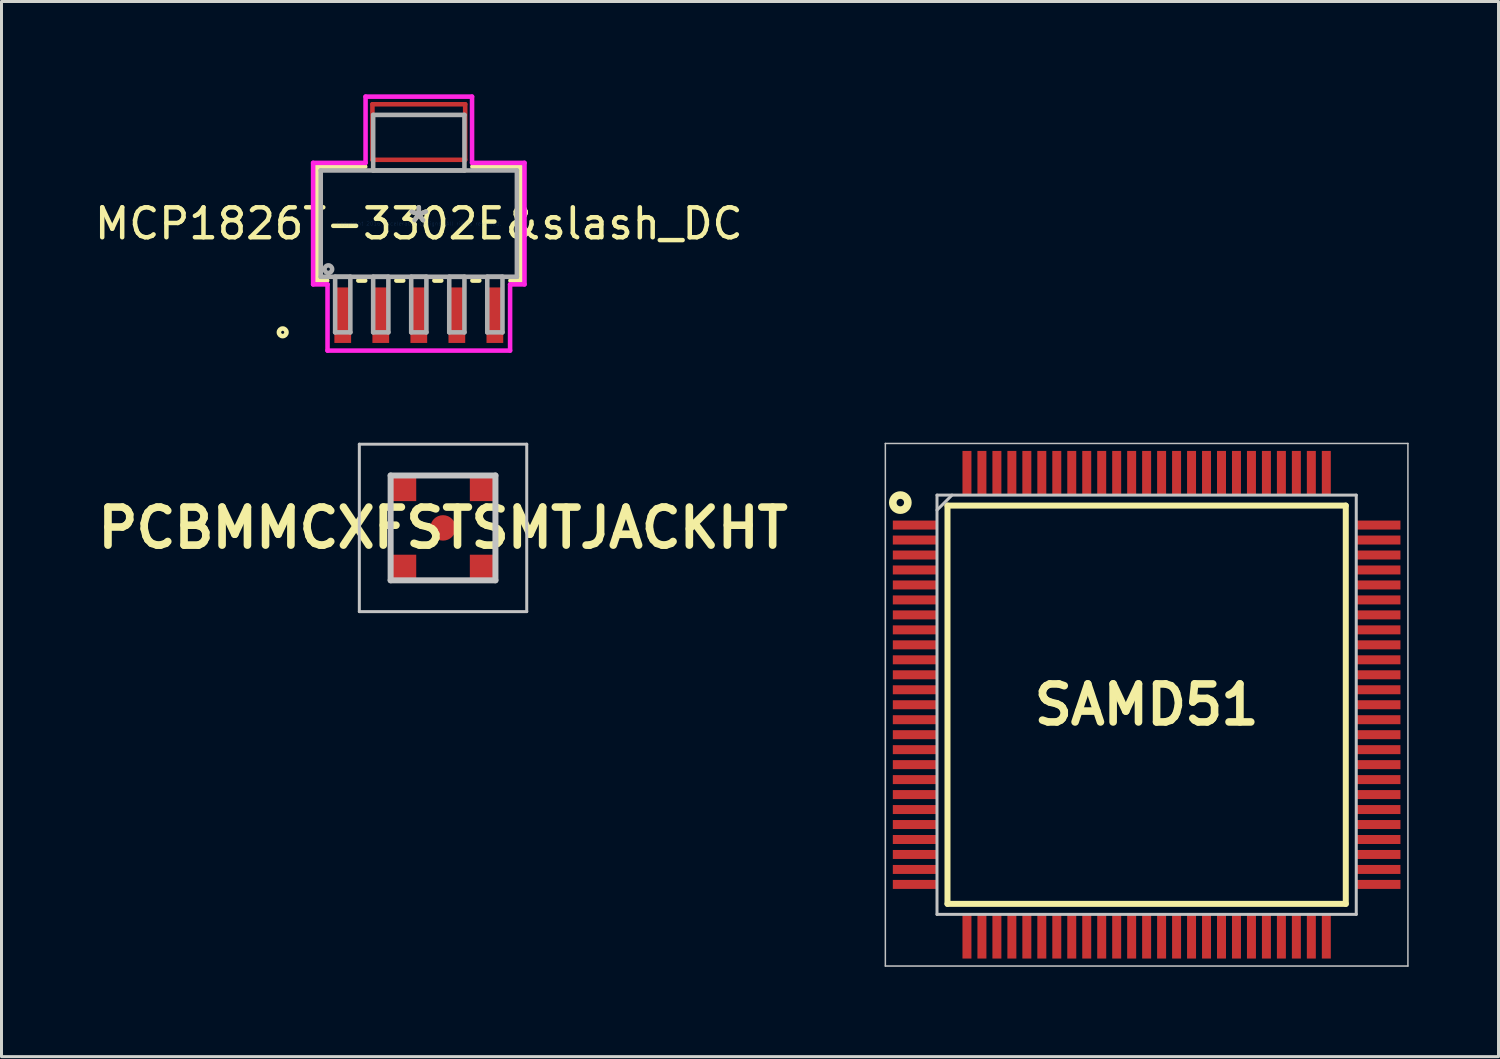
<source format=kicad_pcb>
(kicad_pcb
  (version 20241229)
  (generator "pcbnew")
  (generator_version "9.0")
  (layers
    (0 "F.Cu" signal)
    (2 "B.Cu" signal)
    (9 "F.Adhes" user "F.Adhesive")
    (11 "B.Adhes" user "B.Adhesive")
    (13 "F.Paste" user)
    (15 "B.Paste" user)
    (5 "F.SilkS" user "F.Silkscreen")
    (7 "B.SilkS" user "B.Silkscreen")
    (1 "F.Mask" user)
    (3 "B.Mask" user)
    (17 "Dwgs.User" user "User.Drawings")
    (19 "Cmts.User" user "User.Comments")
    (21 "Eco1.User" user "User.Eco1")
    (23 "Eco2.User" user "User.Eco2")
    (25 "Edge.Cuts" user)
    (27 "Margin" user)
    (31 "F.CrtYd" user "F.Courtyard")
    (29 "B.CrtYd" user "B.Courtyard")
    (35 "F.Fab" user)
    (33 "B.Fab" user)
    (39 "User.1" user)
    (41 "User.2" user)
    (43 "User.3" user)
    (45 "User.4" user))
  (footprint "SAMD51"
    (layer "F.Cu")
    (at 35.239 20.483)
    (property "Reference" "SAMD51" (at 0 0 0) (layer "F.SilkS") (effects (font (size 1.27 1.27) (thickness 0.254))))
    (attr smd)
    (fp_line (start -6.65 -6.65) (end 6.65 -6.65) (stroke (width 0.2) (type solid)) (layer "F.SilkS"))
    (fp_line (start -6.65 6.65) (end -6.65 -6.65) (stroke (width 0.2) (type solid)) (layer "F.SilkS"))
    (fp_line (start 6.65 -6.65) (end 6.65 6.65) (stroke (width 0.2) (type solid)) (layer "F.SilkS"))
    (fp_line (start 6.65 6.65) (end -6.65 6.65) (stroke (width 0.2) (type solid)) (layer "F.SilkS"))
    (fp_circle (center -8.225 -6.75) (end -8.35 -6.75) (stroke (width 0.254) (type solid)) (fill no) (layer "F.SilkS"))
    (fp_line (start -8.725 -8.725) (end 8.725 -8.725) (stroke (width 0.05) (type solid)) (layer "Dwgs.User"))
    (fp_line (start -8.725 8.725) (end -8.725 -8.725) (stroke (width 0.05) (type solid)) (layer "Dwgs.User"))
    (fp_line (start -7 -7) (end 7 -7) (stroke (width 0.1) (type solid)) (layer "Dwgs.User"))
    (fp_line (start -7 -6.5) (end -6.5 -7) (stroke (width 0.1) (type solid)) (layer "Dwgs.User"))
    (fp_line (start -7 7) (end -7 -7) (stroke (width 0.1) (type solid)) (layer "Dwgs.User"))
    (fp_line (start 7 -7) (end 7 7) (stroke (width 0.1) (type solid)) (layer "Dwgs.User"))
    (fp_line (start 7 7) (end -7 7) (stroke (width 0.1) (type solid)) (layer "Dwgs.User"))
    (fp_line (start 8.725 -8.725) (end 8.725 8.725) (stroke (width 0.05) (type solid)) (layer "Dwgs.User"))
    (fp_line (start 8.725 8.725) (end -8.725 8.725) (stroke (width 0.05) (type solid)) (layer "Dwgs.User"))
    (pad "1" smd rect (at -7.738 -6 90) (size 0.3 1.475) (layers "F.Cu" "F.Mask" "F.Paste"))
    (pad "2" smd rect (at -7.738 -5.5 90) (size 0.3 1.475) (layers "F.Cu" "F.Mask" "F.Paste"))
    (pad "3" smd rect (at -7.738 -5 90) (size 0.3 1.475) (layers "F.Cu" "F.Mask" "F.Paste"))
    (pad "4" smd rect (at -7.738 -4.5 90) (size 0.3 1.475) (layers "F.Cu" "F.Mask" "F.Paste"))
    (pad "5" smd rect (at -7.738 -4 90) (size 0.3 1.475) (layers "F.Cu" "F.Mask" "F.Paste"))
    (pad "6" smd rect (at -7.738 -3.5 90) (size 0.3 1.475) (layers "F.Cu" "F.Mask" "F.Paste"))
    (pad "7" smd rect (at -7.738 -3 90) (size 0.3 1.475) (layers "F.Cu" "F.Mask" "F.Paste"))
    (pad "8" smd rect (at -7.738 -2.5 90) (size 0.3 1.475) (layers "F.Cu" "F.Mask" "F.Paste"))
    (pad "9" smd rect (at -7.738 -2 90) (size 0.3 1.475) (layers "F.Cu" "F.Mask" "F.Paste"))
    (pad "10" smd rect (at -7.738 -1.5 90) (size 0.3 1.475) (layers "F.Cu" "F.Mask" "F.Paste"))
    (pad "11" smd rect (at -7.738 -1 90) (size 0.3 1.475) (layers "F.Cu" "F.Mask" "F.Paste"))
    (pad "12" smd rect (at -7.738 -0.5 90) (size 0.3 1.475) (layers "F.Cu" "F.Mask" "F.Paste"))
    (pad "13" smd rect (at -7.738 0 90) (size 0.3 1.475) (layers "F.Cu" "F.Mask" "F.Paste"))
    (pad "14" smd rect (at -7.738 0.5 90) (size 0.3 1.475) (layers "F.Cu" "F.Mask" "F.Paste"))
    (pad "15" smd rect (at -7.738 1 90) (size 0.3 1.475) (layers "F.Cu" "F.Mask" "F.Paste"))
    (pad "16" smd rect (at -7.738 1.5 90) (size 0.3 1.475) (layers "F.Cu" "F.Mask" "F.Paste"))
    (pad "17" smd rect (at -7.738 2 90) (size 0.3 1.475) (layers "F.Cu" "F.Mask" "F.Paste"))
    (pad "18" smd rect (at -7.738 2.5 90) (size 0.3 1.475) (layers "F.Cu" "F.Mask" "F.Paste"))
    (pad "19" smd rect (at -7.738 3 90) (size 0.3 1.475) (layers "F.Cu" "F.Mask" "F.Paste"))
    (pad "20" smd rect (at -7.738 3.5 90) (size 0.3 1.475) (layers "F.Cu" "F.Mask" "F.Paste"))
    (pad "21" smd rect (at -7.738 4 90) (size 0.3 1.475) (layers "F.Cu" "F.Mask" "F.Paste"))
    (pad "22" smd rect (at -7.738 4.5 90) (size 0.3 1.475) (layers "F.Cu" "F.Mask" "F.Paste"))
    (pad "23" smd rect (at -7.738 5 90) (size 0.3 1.475) (layers "F.Cu" "F.Mask" "F.Paste"))
    (pad "24" smd rect (at -7.738 5.5 90) (size 0.3 1.475) (layers "F.Cu" "F.Mask" "F.Paste"))
    (pad "25" smd rect (at -7.738 6 90) (size 0.3 1.475) (layers "F.Cu" "F.Mask" "F.Paste"))
    (pad "26" smd rect (at -6 7.738) (size 0.3 1.475) (layers "F.Cu" "F.Mask" "F.Paste"))
    (pad "27" smd rect (at -5.5 7.738) (size 0.3 1.475) (layers "F.Cu" "F.Mask" "F.Paste"))
    (pad "28" smd rect (at -5 7.738) (size 0.3 1.475) (layers "F.Cu" "F.Mask" "F.Paste"))
    (pad "29" smd rect (at -4.5 7.738) (size 0.3 1.475) (layers "F.Cu" "F.Mask" "F.Paste"))
    (pad "30" smd rect (at -4 7.738) (size 0.3 1.475) (layers "F.Cu" "F.Mask" "F.Paste"))
    (pad "31" smd rect (at -3.5 7.738) (size 0.3 1.475) (layers "F.Cu" "F.Mask" "F.Paste"))
    (pad "32" smd rect (at -3 7.738) (size 0.3 1.475) (layers "F.Cu" "F.Mask" "F.Paste"))
    (pad "33" smd rect (at -2.5 7.738) (size 0.3 1.475) (layers "F.Cu" "F.Mask" "F.Paste"))
    (pad "34" smd rect (at -2 7.738) (size 0.3 1.475) (layers "F.Cu" "F.Mask" "F.Paste"))
    (pad "35" smd rect (at -1.5 7.738) (size 0.3 1.475) (layers "F.Cu" "F.Mask" "F.Paste"))
    (pad "36" smd rect (at -1 7.738) (size 0.3 1.475) (layers "F.Cu" "F.Mask" "F.Paste"))
    (pad "37" smd rect (at -0.5 7.738) (size 0.3 1.475) (layers "F.Cu" "F.Mask" "F.Paste"))
    (pad "38" smd rect (at 0 7.738) (size 0.3 1.475) (layers "F.Cu" "F.Mask" "F.Paste"))
    (pad "39" smd rect (at 0.5 7.738) (size 0.3 1.475) (layers "F.Cu" "F.Mask" "F.Paste"))
    (pad "40" smd rect (at 1 7.738) (size 0.3 1.475) (layers "F.Cu" "F.Mask" "F.Paste"))
    (pad "41" smd rect (at 1.5 7.738) (size 0.3 1.475) (layers "F.Cu" "F.Mask" "F.Paste"))
    (pad "42" smd rect (at 2 7.738) (size 0.3 1.475) (layers "F.Cu" "F.Mask" "F.Paste"))
    (pad "43" smd rect (at 2.5 7.738) (size 0.3 1.475) (layers "F.Cu" "F.Mask" "F.Paste"))
    (pad "44" smd rect (at 3 7.738) (size 0.3 1.475) (layers "F.Cu" "F.Mask" "F.Paste"))
    (pad "45" smd rect (at 3.5 7.738) (size 0.3 1.475) (layers "F.Cu" "F.Mask" "F.Paste"))
    (pad "46" smd rect (at 4 7.738) (size 0.3 1.475) (layers "F.Cu" "F.Mask" "F.Paste"))
    (pad "47" smd rect (at 4.5 7.738) (size 0.3 1.475) (layers "F.Cu" "F.Mask" "F.Paste"))
    (pad "48" smd rect (at 5 7.738) (size 0.3 1.475) (layers "F.Cu" "F.Mask" "F.Paste"))
    (pad "49" smd rect (at 5.5 7.738) (size 0.3 1.475) (layers "F.Cu" "F.Mask" "F.Paste"))
    (pad "50" smd rect (at 6 7.738) (size 0.3 1.475) (layers "F.Cu" "F.Mask" "F.Paste"))
    (pad "51" smd rect (at 7.738 6 90) (size 0.3 1.475) (layers "F.Cu" "F.Mask" "F.Paste"))
    (pad "52" smd rect (at 7.738 5.5 90) (size 0.3 1.475) (layers "F.Cu" "F.Mask" "F.Paste"))
    (pad "53" smd rect (at 7.738 5 90) (size 0.3 1.475) (layers "F.Cu" "F.Mask" "F.Paste"))
    (pad "54" smd rect (at 7.738 4.5 90) (size 0.3 1.475) (layers "F.Cu" "F.Mask" "F.Paste"))
    (pad "55" smd rect (at 7.738 4 90) (size 0.3 1.475) (layers "F.Cu" "F.Mask" "F.Paste"))
    (pad "56" smd rect (at 7.738 3.5 90) (size 0.3 1.475) (layers "F.Cu" "F.Mask" "F.Paste"))
    (pad "57" smd rect (at 7.738 3 90) (size 0.3 1.475) (layers "F.Cu" "F.Mask" "F.Paste"))
    (pad "58" smd rect (at 7.738 2.5 90) (size 0.3 1.475) (layers "F.Cu" "F.Mask" "F.Paste"))
    (pad "59" smd rect (at 7.738 2 90) (size 0.3 1.475) (layers "F.Cu" "F.Mask" "F.Paste"))
    (pad "60" smd rect (at 7.738 1.5 90) (size 0.3 1.475) (layers "F.Cu" "F.Mask" "F.Paste"))
    (pad "61" smd rect (at 7.738 1 90) (size 0.3 1.475) (layers "F.Cu" "F.Mask" "F.Paste"))
    (pad "62" smd rect (at 7.738 0.5 90) (size 0.3 1.475) (layers "F.Cu" "F.Mask" "F.Paste"))
    (pad "63" smd rect (at 7.738 0 90) (size 0.3 1.475) (layers "F.Cu" "F.Mask" "F.Paste"))
    (pad "64" smd rect (at 7.738 -0.5 90) (size 0.3 1.475) (layers "F.Cu" "F.Mask" "F.Paste"))
    (pad "65" smd rect (at 7.738 -1 90) (size 0.3 1.475) (layers "F.Cu" "F.Mask" "F.Paste"))
    (pad "66" smd rect (at 7.738 -1.5 90) (size 0.3 1.475) (layers "F.Cu" "F.Mask" "F.Paste"))
    (pad "67" smd rect (at 7.738 -2 90) (size 0.3 1.475) (layers "F.Cu" "F.Mask" "F.Paste"))
    (pad "68" smd rect (at 7.738 -2.5 90) (size 0.3 1.475) (layers "F.Cu" "F.Mask" "F.Paste"))
    (pad "69" smd rect (at 7.738 -3 90) (size 0.3 1.475) (layers "F.Cu" "F.Mask" "F.Paste"))
    (pad "70" smd rect (at 7.738 -3.5 90) (size 0.3 1.475) (layers "F.Cu" "F.Mask" "F.Paste"))
    (pad "71" smd rect (at 7.738 -4 90) (size 0.3 1.475) (layers "F.Cu" "F.Mask" "F.Paste"))
    (pad "72" smd rect (at 7.738 -4.5 90) (size 0.3 1.475) (layers "F.Cu" "F.Mask" "F.Paste"))
    (pad "73" smd rect (at 7.738 -5 90) (size 0.3 1.475) (layers "F.Cu" "F.Mask" "F.Paste"))
    (pad "74" smd rect (at 7.738 -5.5 90) (size 0.3 1.475) (layers "F.Cu" "F.Mask" "F.Paste"))
    (pad "75" smd rect (at 7.738 -6 90) (size 0.3 1.475) (layers "F.Cu" "F.Mask" "F.Paste"))
    (pad "76" smd rect (at 6 -7.738) (size 0.3 1.475) (layers "F.Cu" "F.Mask" "F.Paste"))
    (pad "77" smd rect (at 5.5 -7.738) (size 0.3 1.475) (layers "F.Cu" "F.Mask" "F.Paste"))
    (pad "78" smd rect (at 5 -7.738) (size 0.3 1.475) (layers "F.Cu" "F.Mask" "F.Paste"))
    (pad "79" smd rect (at 4.5 -7.738) (size 0.3 1.475) (layers "F.Cu" "F.Mask" "F.Paste"))
    (pad "80" smd rect (at 4 -7.738) (size 0.3 1.475) (layers "F.Cu" "F.Mask" "F.Paste"))
    (pad "81" smd rect (at 3.5 -7.738) (size 0.3 1.475) (layers "F.Cu" "F.Mask" "F.Paste"))
    (pad "82" smd rect (at 3 -7.738) (size 0.3 1.475) (layers "F.Cu" "F.Mask" "F.Paste"))
    (pad "83" smd rect (at 2.5 -7.738) (size 0.3 1.475) (layers "F.Cu" "F.Mask" "F.Paste"))
    (pad "84" smd rect (at 2 -7.738) (size 0.3 1.475) (layers "F.Cu" "F.Mask" "F.Paste"))
    (pad "85" smd rect (at 1.5 -7.738) (size 0.3 1.475) (layers "F.Cu" "F.Mask" "F.Paste"))
    (pad "86" smd rect (at 1 -7.738) (size 0.3 1.475) (layers "F.Cu" "F.Mask" "F.Paste"))
    (pad "87" smd rect (at 0.5 -7.738) (size 0.3 1.475) (layers "F.Cu" "F.Mask" "F.Paste"))
    (pad "88" smd rect (at 0 -7.738) (size 0.3 1.475) (layers "F.Cu" "F.Mask" "F.Paste"))
    (pad "89" smd rect (at -0.5 -7.738) (size 0.3 1.475) (layers "F.Cu" "F.Mask" "F.Paste"))
    (pad "90" smd rect (at -1 -7.738) (size 0.3 1.475) (layers "F.Cu" "F.Mask" "F.Paste"))
    (pad "91" smd rect (at -1.5 -7.738) (size 0.3 1.475) (layers "F.Cu" "F.Mask" "F.Paste"))
    (pad "92" smd rect (at -2 -7.738) (size 0.3 1.475) (layers "F.Cu" "F.Mask" "F.Paste"))
    (pad "93" smd rect (at -2.5 -7.738) (size 0.3 1.475) (layers "F.Cu" "F.Mask" "F.Paste"))
    (pad "94" smd rect (at -3 -7.738) (size 0.3 1.475) (layers "F.Cu" "F.Mask" "F.Paste"))
    (pad "95" smd rect (at -3.5 -7.738) (size 0.3 1.475) (layers "F.Cu" "F.Mask" "F.Paste"))
    (pad "96" smd rect (at -4 -7.738) (size 0.3 1.475) (layers "F.Cu" "F.Mask" "F.Paste"))
    (pad "97" smd rect (at -4.5 -7.738) (size 0.3 1.475) (layers "F.Cu" "F.Mask" "F.Paste"))
    (pad "98" smd rect (at -5 -7.738) (size 0.3 1.475) (layers "F.Cu" "F.Mask" "F.Paste"))
    (pad "99" smd rect (at -5.5 -7.738) (size 0.3 1.475) (layers "F.Cu" "F.Mask" "F.Paste"))
    (pad "100" smd rect (at -6 -7.738) (size 0.3 1.475) (layers "F.Cu" "F.Mask" "F.Paste")))
  (footprint "MCP1826T-3302E&slash_DC"
    (layer "F.Cu")
    (at 10.935 4.417)
    (property "Reference" "MCP1826T-3302E&slash_DC" (at 0 0 0) (layer "F.SilkS") (effects (font (size 1 1) (thickness 0.15))))
    (attr through_hole)
    (fp_line (start -1.549 -3.986) (end -1.549 -2.131) (stroke (width 0.152) (type solid)) (layer "F.Cu"))
    (fp_line (start -1.549 -2.131) (end 1.549 -2.131) (stroke (width 0.152) (type solid)) (layer "F.Cu"))
    (fp_line (start 1.549 -3.986) (end -1.549 -3.986) (stroke (width 0.152) (type solid)) (layer "F.Cu"))
    (fp_line (start 1.549 -2.131) (end 1.549 -3.986) (stroke (width 0.152) (type solid)) (layer "F.Cu"))
    (fp_line (start -1.575 -4.341) (end -1.575 -1.776) (stroke (width 0.152) (type solid)) (layer "F.Mask"))
    (fp_line (start -1.575 -1.776) (end 1.575 -1.776) (stroke (width 0.152) (type solid)) (layer "F.Mask"))
    (fp_line (start 1.575 -4.341) (end -1.575 -4.341) (stroke (width 0.152) (type solid)) (layer "F.Mask"))
    (fp_line (start 1.575 -1.776) (end 1.575 -4.341) (stroke (width 0.152) (type solid)) (layer "F.Mask"))
    (fp_line (start -3.402 -1.902) (end -3.402 1.902) (stroke (width 0.152) (type solid)) (layer "F.SilkS"))
    (fp_line (start -3.402 1.902) (end -3.06 1.902) (stroke (width 0.152) (type solid)) (layer "F.SilkS"))
    (fp_line (start -2.02 1.902) (end -1.79 1.902) (stroke (width 0.152) (type solid)) (layer "F.SilkS"))
    (fp_line (start -1.79 -1.902) (end -3.402 -1.902) (stroke (width 0.152) (type solid)) (layer "F.SilkS"))
    (fp_line (start -0.75 1.902) (end -0.52 1.902) (stroke (width 0.152) (type solid)) (layer "F.SilkS"))
    (fp_line (start 0.52 1.902) (end 0.75 1.902) (stroke (width 0.152) (type solid)) (layer "F.SilkS"))
    (fp_line (start 1.79 1.902) (end 2.02 1.902) (stroke (width 0.152) (type solid)) (layer "F.SilkS"))
    (fp_line (start 3.06 1.902) (end 3.402 1.902) (stroke (width 0.152) (type solid)) (layer "F.SilkS"))
    (fp_line (start 3.402 -1.902) (end 1.79 -1.902) (stroke (width 0.152) (type solid)) (layer "F.SilkS"))
    (fp_line (start 3.402 1.902) (end 3.402 -1.902) (stroke (width 0.152) (type solid)) (layer "F.SilkS"))
    (fp_circle (center -4.545 3.63) (end -4.418 3.63) (stroke (width 0.152) (type solid)) (fill no) (layer "F.SilkS"))
    (fp_line (start -1.549 -3.986) (end -1.549 -2.131) (stroke (width 0.152) (type solid)) (layer "F.Paste"))
    (fp_line (start -1.549 -2.131) (end 1.549 -2.131) (stroke (width 0.152) (type solid)) (layer "F.Paste"))
    (fp_line (start 1.549 -3.986) (end -1.549 -3.986) (stroke (width 0.152) (type solid)) (layer "F.Paste"))
    (fp_line (start 1.549 -2.131) (end 1.549 -3.986) (stroke (width 0.152) (type solid)) (layer "F.Paste"))
    (fp_line (start -3.529 -2.029) (end -1.778 -2.029) (stroke (width 0.152) (type solid)) (layer "F.CrtYd"))
    (fp_line (start -3.529 2.029) (end -3.529 -2.029) (stroke (width 0.152) (type solid)) (layer "F.CrtYd"))
    (fp_line (start -3.048 2.029) (end -3.529 2.029) (stroke (width 0.152) (type solid)) (layer "F.CrtYd"))
    (fp_line (start -3.048 4.24) (end -3.048 2.029) (stroke (width 0.152) (type solid)) (layer "F.CrtYd"))
    (fp_line (start -1.778 -4.24) (end 1.778 -4.24) (stroke (width 0.152) (type solid)) (layer "F.CrtYd"))
    (fp_line (start -1.778 -2.029) (end -1.778 -4.24) (stroke (width 0.152) (type solid)) (layer "F.CrtYd"))
    (fp_line (start 1.778 -4.24) (end 1.778 -2.029) (stroke (width 0.152) (type solid)) (layer "F.CrtYd"))
    (fp_line (start 1.778 -2.029) (end 3.529 -2.029) (stroke (width 0.152) (type solid)) (layer "F.CrtYd"))
    (fp_line (start 3.048 2.029) (end 3.048 4.24) (stroke (width 0.152) (type solid)) (layer "F.CrtYd"))
    (fp_line (start 3.048 4.24) (end -3.048 4.24) (stroke (width 0.152) (type solid)) (layer "F.CrtYd"))
    (fp_line (start 3.529 -2.029) (end 3.529 2.029) (stroke (width 0.152) (type solid)) (layer "F.CrtYd"))
    (fp_line (start 3.529 2.029) (end 3.048 2.029) (stroke (width 0.152) (type solid)) (layer "F.CrtYd"))
    (fp_line (start -3.275 -1.775) (end -3.275 1.775) (stroke (width 0.152) (type solid)) (layer "F.Fab"))
    (fp_line (start -3.275 1.775) (end 3.275 1.775) (stroke (width 0.152) (type solid)) (layer "F.Fab"))
    (fp_line (start -2.794 1.775) (end -2.794 3.63) (stroke (width 0.152) (type solid)) (layer "F.Fab"))
    (fp_line (start -2.794 3.63) (end -2.286 3.63) (stroke (width 0.152) (type solid)) (layer "F.Fab"))
    (fp_line (start -2.286 1.775) (end -2.794 1.775) (stroke (width 0.152) (type solid)) (layer "F.Fab"))
    (fp_line (start -2.286 3.63) (end -2.286 1.775) (stroke (width 0.152) (type solid)) (layer "F.Fab"))
    (fp_line (start -1.524 -3.63) (end -1.524 -1.775) (stroke (width 0.152) (type solid)) (layer "F.Fab"))
    (fp_line (start -1.524 -1.775) (end 1.524 -1.775) (stroke (width 0.152) (type solid)) (layer "F.Fab"))
    (fp_line (start -1.524 1.775) (end -1.524 3.63) (stroke (width 0.152) (type solid)) (layer "F.Fab"))
    (fp_line (start -1.524 3.63) (end -1.016 3.63) (stroke (width 0.152) (type solid)) (layer "F.Fab"))
    (fp_line (start -1.016 1.775) (end -1.524 1.775) (stroke (width 0.152) (type solid)) (layer "F.Fab"))
    (fp_line (start -1.016 3.63) (end -1.016 1.775) (stroke (width 0.152) (type solid)) (layer "F.Fab"))
    (fp_line (start -0.254 1.775) (end -0.254 3.63) (stroke (width 0.152) (type solid)) (layer "F.Fab"))
    (fp_line (start -0.254 3.63) (end 0.254 3.63) (stroke (width 0.152) (type solid)) (layer "F.Fab"))
    (fp_line (start 0.254 1.775) (end -0.254 1.775) (stroke (width 0.152) (type solid)) (layer "F.Fab"))
    (fp_line (start 0.254 3.63) (end 0.254 1.775) (stroke (width 0.152) (type solid)) (layer "F.Fab"))
    (fp_line (start 1.016 1.775) (end 1.016 3.63) (stroke (width 0.152) (type solid)) (layer "F.Fab"))
    (fp_line (start 1.016 3.63) (end 1.524 3.63) (stroke (width 0.152) (type solid)) (layer "F.Fab"))
    (fp_line (start 1.524 -3.63) (end -1.524 -3.63) (stroke (width 0.152) (type solid)) (layer "F.Fab"))
    (fp_line (start 1.524 -1.775) (end 1.524 -3.63) (stroke (width 0.152) (type solid)) (layer "F.Fab"))
    (fp_line (start 1.524 1.775) (end 1.016 1.775) (stroke (width 0.152) (type solid)) (layer "F.Fab"))
    (fp_line (start 1.524 3.63) (end 1.524 1.775) (stroke (width 0.152) (type solid)) (layer "F.Fab"))
    (fp_line (start 2.286 1.775) (end 2.286 3.63) (stroke (width 0.152) (type solid)) (layer "F.Fab"))
    (fp_line (start 2.286 3.63) (end 2.794 3.63) (stroke (width 0.152) (type solid)) (layer "F.Fab"))
    (fp_line (start 2.794 1.775) (end 2.286 1.775) (stroke (width 0.152) (type solid)) (layer "F.Fab"))
    (fp_line (start 2.794 3.63) (end 2.794 1.775) (stroke (width 0.152) (type solid)) (layer "F.Fab"))
    (fp_line (start 3.275 -1.775) (end -3.275 -1.775) (stroke (width 0.152) (type solid)) (layer "F.Fab"))
    (fp_line (start 3.275 1.775) (end 3.275 -1.775) (stroke (width 0.152) (type solid)) (layer "F.Fab"))
    (fp_circle (center -3.021 1.521) (end -2.894 1.521) (stroke (width 0.152) (type solid)) (fill no) (layer "F.Fab"))
    (fp_text user "*" (at 0 0 0) (layer "F.SilkS") (effects (font (size 1 1) (thickness 0.15))))
    (fp_text user "Copyright 2016 Accelerated Designs. All rights reserved." (at 0 0 0) (layer "Cmts.User") (effects (font (size 0.127 0.127) (thickness 0.002))))
    (fp_text user "*" (at 0 0 0) (layer "F.Fab") (effects (font (size 1 1) (thickness 0.15))))
    (pad "1" smd rect (at -2.54 3.058) (size 0.559 1.854) (layers "F.Cu" "F.Mask" "F.Paste"))
    (pad "2" smd rect (at -1.27 3.058) (size 0.559 1.854) (layers "F.Cu" "F.Mask" "F.Paste"))
    (pad "3" smd rect (at 0 3.058) (size 0.559 1.854) (layers "F.Cu" "F.Mask" "F.Paste"))
    (pad "4" smd rect (at 1.27 3.058) (size 0.559 1.854) (layers "F.Cu" "F.Mask" "F.Paste"))
    (pad "5" smd rect (at 2.54 3.058) (size 0.559 1.854) (layers "F.Cu" "F.Mask" "F.Paste")))
  (footprint "PCBMMCXFSTSMTJACKHT"
    (layer "F.Cu")
    (at 11.744 14.578)
    (property "Reference" "PCBMMCXFSTSMTJACKHT" (at 0 0 0) (layer "F.SilkS") (effects (font (size 1.27 1.27) (thickness 0.254))))
    (attr smd)
    (fp_line (start -1.75 -0.6) (end -1.75 0.6) (stroke (width 0.1) (type solid)) (layer "F.SilkS"))
    (fp_line (start -0.6 -1.75) (end 0.6 -1.75) (stroke (width 0.1) (type solid)) (layer "F.SilkS"))
    (fp_line (start -0.6 1.75) (end 0.6 1.75) (stroke (width 0.1) (type solid)) (layer "F.SilkS"))
    (fp_line (start 1.75 -0.6) (end 1.75 0.6) (stroke (width 0.1) (type solid)) (layer "F.SilkS"))
    (fp_line (start -2.795 -2.795) (end 2.795 -2.795) (stroke (width 0.1) (type solid)) (layer "Dwgs.User"))
    (fp_line (start -2.795 2.795) (end -2.795 -2.795) (stroke (width 0.1) (type solid)) (layer "Dwgs.User"))
    (fp_line (start -1.75 -1.75) (end 1.75 -1.75) (stroke (width 0.2) (type solid)) (layer "Dwgs.User"))
    (fp_line (start -1.75 1.75) (end -1.75 -1.75) (stroke (width 0.2) (type solid)) (layer "Dwgs.User"))
    (fp_line (start 1.75 -1.75) (end 1.75 1.75) (stroke (width 0.2) (type solid)) (layer "Dwgs.User"))
    (fp_line (start 1.75 1.75) (end -1.75 1.75) (stroke (width 0.2) (type solid)) (layer "Dwgs.User"))
    (fp_line (start 2.795 -2.795) (end 2.795 2.795) (stroke (width 0.1) (type solid)) (layer "Dwgs.User"))
    (fp_line (start 2.795 2.795) (end -2.795 2.795) (stroke (width 0.1) (type solid)) (layer "Dwgs.User"))
    (pad "1" smd circle (at 0 0 90) (size 0.85 0.85) (layers "F.Cu" "F.Mask" "F.Paste"))
    (pad "2" smd rect (at -1.345 1.345 90) (size 0.9 0.9) (layers "F.Cu" "F.Mask" "F.Paste"))
    (pad "3" smd rect (at -1.345 -1.345 90) (size 0.9 0.9) (layers "F.Cu" "F.Mask" "F.Paste"))
    (pad "4" smd rect (at 1.345 1.345 90) (size 0.9 0.9) (layers "F.Cu" "F.Mask" "F.Paste"))
    (pad "5" smd rect (at 1.345 -1.345 90) (size 0.9 0.9) (layers "F.Cu" "F.Mask" "F.Paste")))
  (gr_rect
    (start -3 -3)
    (end 46.989 32.233)
    (stroke (width 0.1) (type default))
    (fill no)
    (layer "Edge.Cuts")))
</source>
